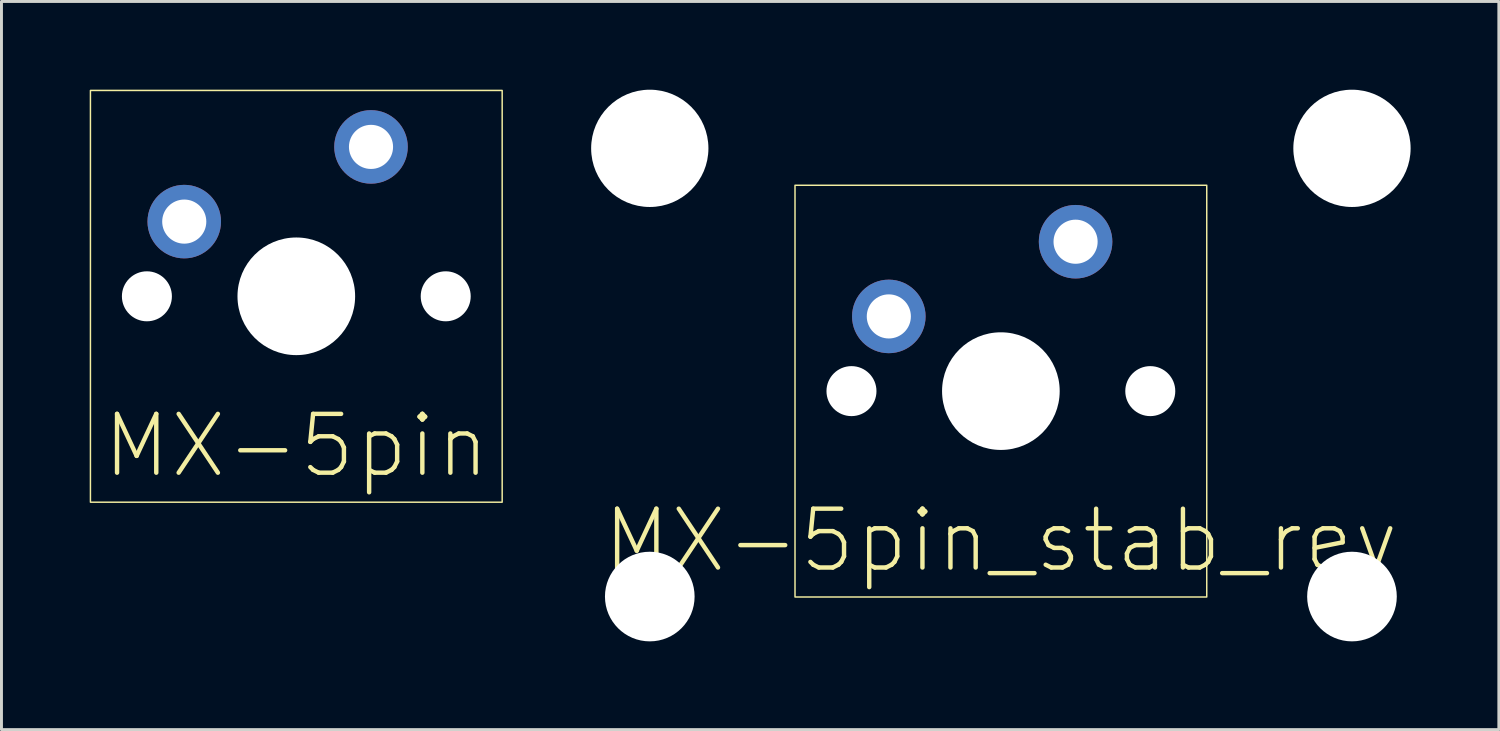
<source format=kicad_pcb>
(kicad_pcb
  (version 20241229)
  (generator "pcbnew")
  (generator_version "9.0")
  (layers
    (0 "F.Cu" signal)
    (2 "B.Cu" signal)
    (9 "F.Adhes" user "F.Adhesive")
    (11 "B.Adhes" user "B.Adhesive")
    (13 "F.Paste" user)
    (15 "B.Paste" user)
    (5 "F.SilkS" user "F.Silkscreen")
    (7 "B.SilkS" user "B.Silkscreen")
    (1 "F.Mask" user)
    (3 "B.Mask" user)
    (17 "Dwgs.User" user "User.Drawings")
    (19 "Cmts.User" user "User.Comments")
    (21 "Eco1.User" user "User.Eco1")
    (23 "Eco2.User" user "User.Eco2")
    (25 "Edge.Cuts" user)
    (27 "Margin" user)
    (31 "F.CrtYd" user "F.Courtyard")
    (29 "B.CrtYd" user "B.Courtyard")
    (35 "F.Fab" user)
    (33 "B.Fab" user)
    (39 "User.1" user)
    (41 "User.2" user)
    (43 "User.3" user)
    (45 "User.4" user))
  (footprint "MX-5pin"
    (layer "F.Cu")
    (at 7.025 7.025)
    (property "Reference" "MX-5pin" (at 0 5.08 0) (unlocked yes) (layer "F.SilkS") (effects (font (size 2 2) (thickness 0.15))))
    (attr through_hole)
    (fp_rect (start -7 -7) (end 7 7) (stroke (width 0.05) (type solid)) (fill no) (layer "F.SilkS"))
    (pad "" np_thru_hole circle (at -5.08 0) (size 1.7 1.7) (drill 1.7) (layers "*.Cu" "*.Mask"))
    (pad "" np_thru_hole circle (at 0 0) (size 4 4) (drill 4) (layers "*.Cu" "*.Mask"))
    (pad "" np_thru_hole circle (at 5.08 0) (size 1.7 1.7) (drill 1.7) (layers "*.Cu" "*.Mask"))
    (pad "1" thru_hole circle (at 2.54 -5.08) (size 2.5 2.5) (drill 1.5) (layers "*.Cu" "*.Mask"))
    (pad "2" thru_hole circle (at -3.81 -2.54) (size 2.5 2.5) (drill 1.5) (layers "*.Cu" "*.Mask")))
  (footprint "MX-5pin_stab_rev"
    (layer "F.Cu")
    (at 30.982 10.249)
    (property "Reference" "MX-5pin_stab_rev" (at 0 5.08 0) (unlocked yes) (layer "F.SilkS") (effects (font (size 2 2) (thickness 0.15))))
    (attr through_hole)
    (fp_rect (start -7 -7) (end 7 7) (stroke (width 0.05) (type solid)) (fill no) (layer "F.SilkS"))
    (pad "" np_thru_hole circle (at -11.938 -8.255 180) (size 3.988 3.988) (drill 3.988) (layers "*.Cu" "*.Mask"))
    (pad "" np_thru_hole circle (at -11.938 6.985 180) (size 3.048 3.048) (drill 3.048) (layers "*.Cu" "*.Mask"))
    (pad "" np_thru_hole circle (at -5.08 0) (size 1.7 1.7) (drill 1.7) (layers "*.Cu" "*.Mask"))
    (pad "" np_thru_hole circle (at 0 0) (size 4 4) (drill 4) (layers "*.Cu" "*.Mask"))
    (pad "" np_thru_hole circle (at 5.08 0) (size 1.7 1.7) (drill 1.7) (layers "*.Cu" "*.Mask"))
    (pad "" np_thru_hole circle (at 11.938 -8.255 180) (size 3.988 3.988) (drill 3.988) (layers "*.Cu" "*.Mask"))
    (pad "" np_thru_hole circle (at 11.938 6.985 180) (size 3.048 3.048) (drill 3.048) (layers "*.Cu" "*.Mask"))
    (pad "1" thru_hole circle (at 2.54 -5.08) (size 2.5 2.5) (drill 1.5) (layers "*.Cu" "*.Mask"))
    (pad "2" thru_hole circle (at -3.81 -2.54) (size 2.5 2.5) (drill 1.5) (layers "*.Cu" "*.Mask")))
  (gr_rect
    (start -3 -3)
    (end 47.914 21.758)
    (stroke (width 0.1) (type default))
    (fill no)
    (layer "Edge.Cuts")))
</source>
